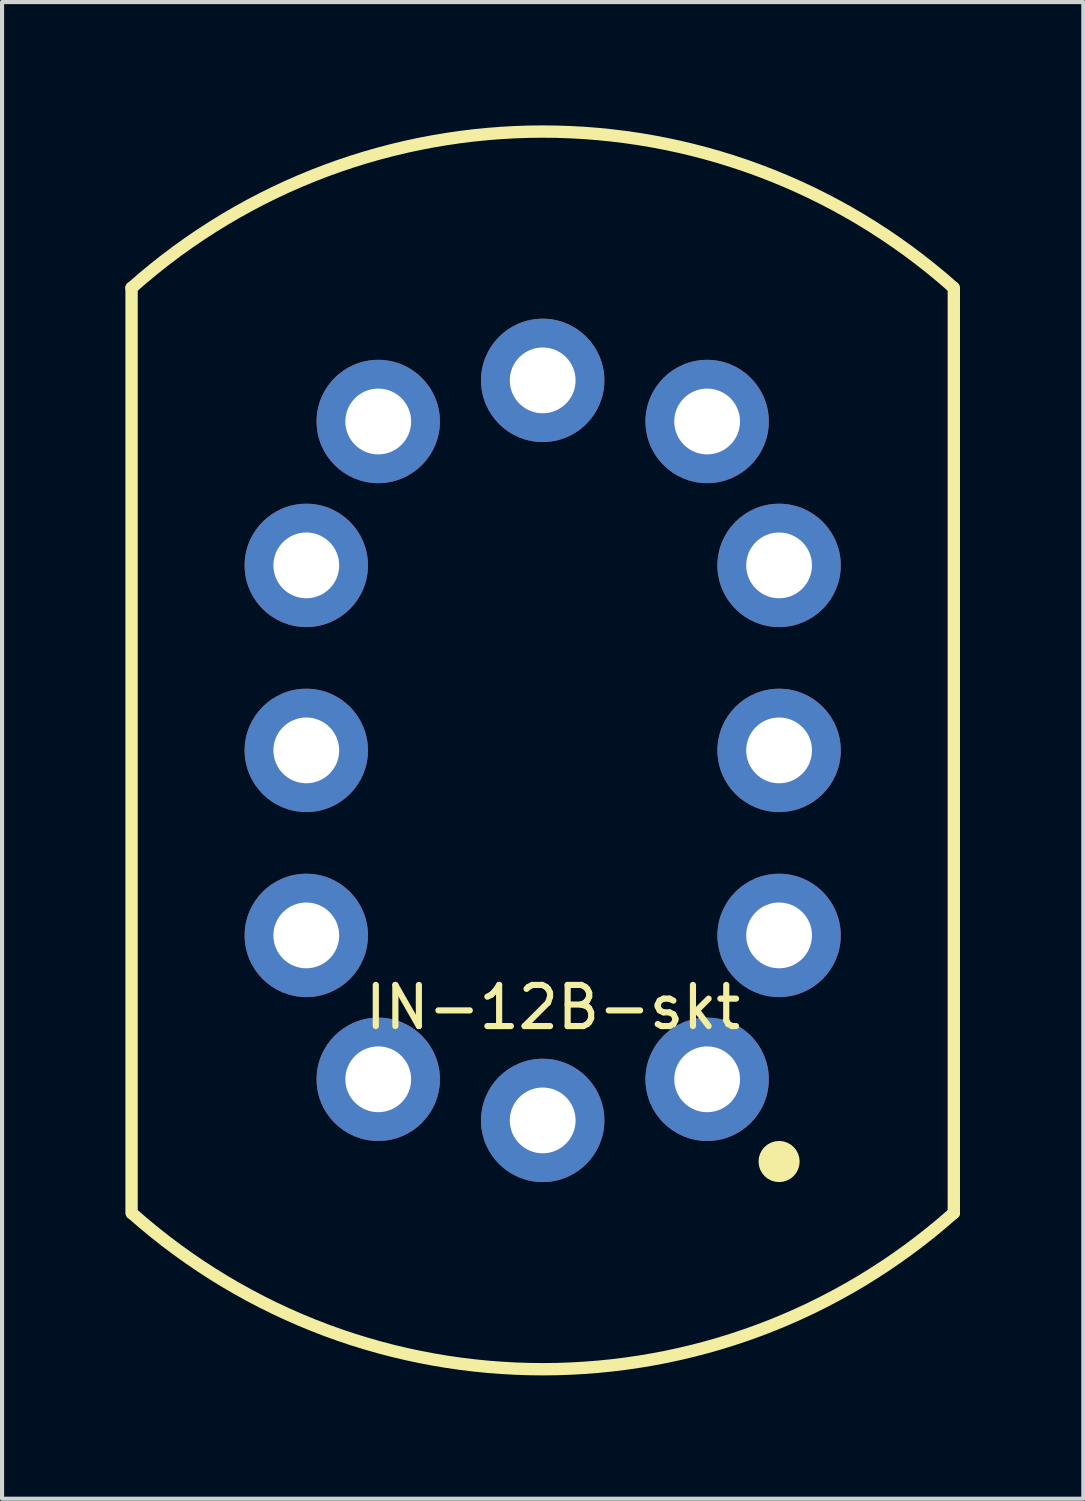
<source format=kicad_pcb>
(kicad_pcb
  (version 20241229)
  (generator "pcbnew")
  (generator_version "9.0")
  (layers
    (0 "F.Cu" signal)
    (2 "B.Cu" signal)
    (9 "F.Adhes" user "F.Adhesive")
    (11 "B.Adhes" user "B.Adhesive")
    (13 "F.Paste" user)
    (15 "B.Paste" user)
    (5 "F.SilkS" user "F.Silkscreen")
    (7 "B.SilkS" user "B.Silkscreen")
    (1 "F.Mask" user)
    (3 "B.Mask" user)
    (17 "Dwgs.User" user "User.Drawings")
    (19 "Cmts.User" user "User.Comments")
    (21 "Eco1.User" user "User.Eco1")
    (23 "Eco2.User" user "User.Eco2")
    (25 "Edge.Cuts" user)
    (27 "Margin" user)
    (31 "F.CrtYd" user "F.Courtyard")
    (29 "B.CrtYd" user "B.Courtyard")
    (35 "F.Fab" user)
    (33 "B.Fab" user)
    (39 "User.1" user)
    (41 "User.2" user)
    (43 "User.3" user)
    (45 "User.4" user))
  (footprint "IN-12B-skt"
    (layer "F.Cu")
    (at 10.15 15.202)
    (property "Reference" "IN-12B-skt" (at 0.25 6.25 0) (layer "F.SilkS") (effects (font (size 1 1) (thickness 0.15))))
    (attr through_hole)
    (fp_line (start -10 11.25) (end -10 -11.25) (stroke (width 0.3) (type solid)) (layer "F.SilkS"))
    (fp_line (start 10 11.25) (end 10 -11.25) (stroke (width 0.3) (type solid)) (layer "F.SilkS"))
    (fp_arc (start -10 -11.25) (mid -0.008811 -15.051991) (end 9.986822 -11.2617) (stroke (width 0.3) (type solid)) (layer "F.SilkS"))
    (fp_arc (start 10 11.25) (mid 0.008811 15.051991) (end -9.986822 11.2617) (stroke (width 0.3) (type solid)) (layer "F.SilkS"))
    (fp_circle (center 5.75 10) (end 6 10) (stroke (width 0.5) (type solid)) (fill no) (layer "F.SilkS"))
    (pad "0" thru_hole circle (at 5.75 4.5) (size 3 3) (drill 1.6) (layers "*.Cu" "*.Mask"))
    (pad "1" thru_hole circle (at -4 8) (size 3 3) (drill 1.6) (layers "*.Cu" "*.Mask"))
    (pad "2" thru_hole circle (at -5.75 4.5) (size 3 3) (drill 1.6) (layers "*.Cu" "*.Mask"))
    (pad "3" thru_hole circle (at -5.75 0) (size 3 3) (drill 1.6) (layers "*.Cu" "*.Mask"))
    (pad "4" thru_hole circle (at -5.75 -4.5) (size 3 3) (drill 1.6) (layers "*.Cu" "*.Mask"))
    (pad "5" thru_hole circle (at -4 -8) (size 3 3) (drill 1.6) (layers "*.Cu" "*.Mask"))
    (pad "6" thru_hole circle (at 0 -9) (size 3 3) (drill 1.6) (layers "*.Cu" "*.Mask"))
    (pad "7" thru_hole circle (at 4 -8) (size 3 3) (drill 1.6) (layers "*.Cu" "*.Mask"))
    (pad "8" thru_hole circle (at 5.75 -4.5) (size 3 3) (drill 1.6) (layers "*.Cu" "*.Mask"))
    (pad "9" thru_hole circle (at 5.75 0) (size 3 3) (drill 1.6) (layers "*.Cu" "*.Mask"))
    (pad "A" thru_hole circle (at 4 8) (size 3 3) (drill 1.6) (layers "*.Cu" "*.Mask"))
    (pad "LHDP" thru_hole circle (at 0 9) (size 3 3) (drill 1.6) (layers "*.Cu" "*.Mask")))
  (gr_rect
    (start -3 -3)
    (end 23.3 33.404)
    (stroke (width 0.1) (type default))
    (fill no)
    (layer "Edge.Cuts")))
</source>
